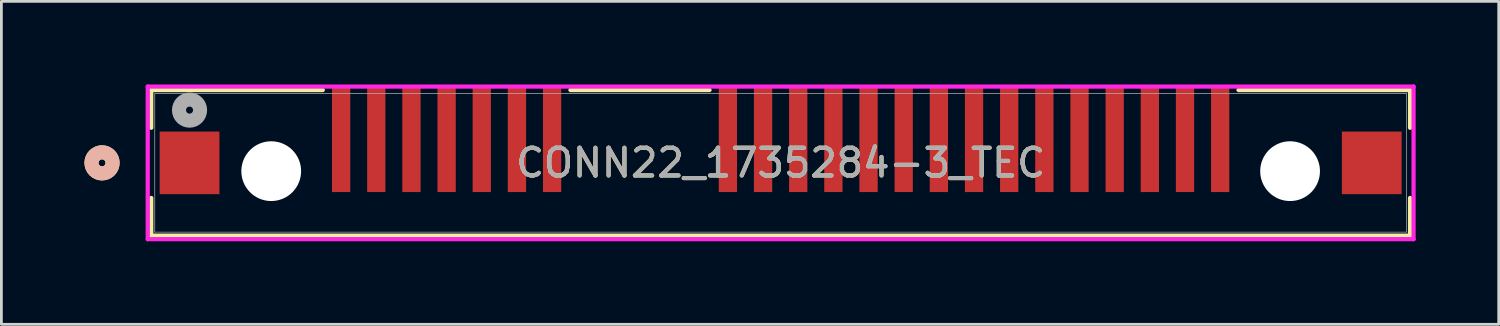
<source format=kicad_pcb>
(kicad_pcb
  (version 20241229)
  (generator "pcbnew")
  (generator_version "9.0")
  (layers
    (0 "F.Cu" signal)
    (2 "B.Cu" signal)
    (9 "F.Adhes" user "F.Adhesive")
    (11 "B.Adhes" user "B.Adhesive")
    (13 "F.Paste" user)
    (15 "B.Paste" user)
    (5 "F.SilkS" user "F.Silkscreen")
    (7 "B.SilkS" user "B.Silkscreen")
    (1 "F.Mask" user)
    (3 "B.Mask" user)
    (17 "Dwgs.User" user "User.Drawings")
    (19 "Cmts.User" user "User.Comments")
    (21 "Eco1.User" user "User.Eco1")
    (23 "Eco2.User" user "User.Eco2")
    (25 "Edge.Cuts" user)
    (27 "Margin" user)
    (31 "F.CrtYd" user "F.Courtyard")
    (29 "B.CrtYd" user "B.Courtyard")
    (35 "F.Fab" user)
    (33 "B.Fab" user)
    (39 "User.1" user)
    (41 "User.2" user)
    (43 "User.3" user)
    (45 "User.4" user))
  (footprint "CONN22_1735284-3_TEC"
    (layer "F.Cu")
    (at 25.146 2.832)
    (property "Reference" "CONN22_1735284-3_TEC" (at 0 0 0) (unlocked yes) (layer "F.SilkS") (effects (font (size 1 1) (thickness 0.15))))
    (attr smd)
    (fp_line (start -22.733 -2.629) (end -22.733 -1.267) (stroke (width 0.152) (type solid)) (layer "F.SilkS"))
    (fp_line (start -22.733 1.267) (end -22.733 2.629) (stroke (width 0.152) (type solid)) (layer "F.SilkS"))
    (fp_line (start -22.733 2.629) (end 22.733 2.629) (stroke (width 0.152) (type solid)) (layer "F.SilkS"))
    (fp_line (start -16.538 -2.629) (end -22.733 -2.629) (stroke (width 0.152) (type solid)) (layer "F.SilkS"))
    (fp_line (start -2.568 -2.629) (end -7.592 -2.629) (stroke (width 0.152) (type solid)) (layer "F.SilkS"))
    (fp_line (start 22.733 -2.629) (end 16.538 -2.629) (stroke (width 0.152) (type solid)) (layer "F.SilkS"))
    (fp_line (start 22.733 -1.267) (end 22.733 -2.629) (stroke (width 0.152) (type solid)) (layer "F.SilkS"))
    (fp_line (start 22.733 2.629) (end 22.733 1.267) (stroke (width 0.152) (type solid)) (layer "F.SilkS"))
    (fp_circle (center -24.511 0) (end -24.13 0) (stroke (width 0.508) (type solid)) (fill no) (layer "F.SilkS"))
    (fp_circle (center -24.511 0) (end -24.13 0) (stroke (width 0.508) (type solid)) (fill no) (layer "B.SilkS"))
    (fp_line (start -22.86 -2.756) (end -22.86 2.756) (stroke (width 0.152) (type solid)) (layer "F.CrtYd"))
    (fp_line (start -22.86 2.756) (end 22.86 2.756) (stroke (width 0.152) (type solid)) (layer "F.CrtYd"))
    (fp_line (start 22.86 -2.756) (end -22.86 -2.756) (stroke (width 0.152) (type solid)) (layer "F.CrtYd"))
    (fp_line (start 22.86 2.756) (end 22.86 -2.756) (stroke (width 0.152) (type solid)) (layer "F.CrtYd"))
    (fp_line (start -22.606 -2.502) (end -22.606 2.502) (stroke (width 0.025) (type solid)) (layer "F.Fab"))
    (fp_line (start -22.606 2.502) (end 22.606 2.502) (stroke (width 0.025) (type solid)) (layer "F.Fab"))
    (fp_line (start 22.606 -2.502) (end -22.606 -2.502) (stroke (width 0.025) (type solid)) (layer "F.Fab"))
    (fp_line (start 22.606 2.502) (end 22.606 -2.502) (stroke (width 0.025) (type solid)) (layer "F.Fab"))
    (fp_circle (center -21.35 -1.905) (end -20.969 -1.905) (stroke (width 0.508) (type solid)) (fill no) (layer "F.Fab"))
    (fp_text user "${REFERENCE}" (at 0 0 0) (unlocked yes) (layer "F.Fab") (effects (font (size 1 1) (thickness 0.15))))
    (pad "" smd rect (at -21.35 0) (size 2.159 2.261) (layers "F.Cu" "F.Mask" "F.Paste"))
    (pad "" np_thru_hole circle (at -18.4 0.3 90) (size 2.159 2.159) (drill 2.159) (layers "*.Cu" "*.Mask"))
    (pad "" np_thru_hole circle (at 18.4 0.3 90) (size 2.159 2.159) (drill 2.159) (layers "*.Cu" "*.Mask"))
    (pad "" smd rect (at 21.35 0) (size 2.159 2.261) (layers "F.Cu" "F.Mask" "F.Paste"))
    (pad "1" smd rect (at -15.875 -0.85 90) (size 3.81 0.66) (layers "F.Cu" "F.Mask" "F.Paste"))
    (pad "2" smd rect (at -14.605 -0.85 90) (size 3.81 0.66) (layers "F.Cu" "F.Mask" "F.Paste"))
    (pad "3" smd rect (at -13.335 -0.85 90) (size 3.81 0.66) (layers "F.Cu" "F.Mask" "F.Paste"))
    (pad "4" smd rect (at -12.065 -0.85 90) (size 3.81 0.66) (layers "F.Cu" "F.Mask" "F.Paste"))
    (pad "5" smd rect (at -10.795 -0.85 90) (size 3.81 0.66) (layers "F.Cu" "F.Mask" "F.Paste"))
    (pad "6" smd rect (at -9.525 -0.85 90) (size 3.81 0.66) (layers "F.Cu" "F.Mask" "F.Paste"))
    (pad "7" smd rect (at -8.255 -0.85 90) (size 3.81 0.66) (layers "F.Cu" "F.Mask" "F.Paste"))
    (pad "8" smd rect (at -1.905 -0.85 90) (size 3.81 0.66) (layers "F.Cu" "F.Mask" "F.Paste"))
    (pad "9" smd rect (at -0.635 -0.85 90) (size 3.81 0.66) (layers "F.Cu" "F.Mask" "F.Paste"))
    (pad "10" smd rect (at 0.635 -0.85 90) (size 3.81 0.66) (layers "F.Cu" "F.Mask" "F.Paste"))
    (pad "11" smd rect (at 1.905 -0.85 90) (size 3.81 0.66) (layers "F.Cu" "F.Mask" "F.Paste"))
    (pad "12" smd rect (at 3.175 -0.85 90) (size 3.81 0.66) (layers "F.Cu" "F.Mask" "F.Paste"))
    (pad "13" smd rect (at 4.445 -0.85 90) (size 3.81 0.66) (layers "F.Cu" "F.Mask" "F.Paste"))
    (pad "14" smd rect (at 5.715 -0.85 90) (size 3.81 0.66) (layers "F.Cu" "F.Mask" "F.Paste"))
    (pad "15" smd rect (at 6.985 -0.85 90) (size 3.81 0.66) (layers "F.Cu" "F.Mask" "F.Paste"))
    (pad "16" smd rect (at 8.255 -0.85 90) (size 3.81 0.66) (layers "F.Cu" "F.Mask" "F.Paste"))
    (pad "17" smd rect (at 9.525 -0.85 90) (size 3.81 0.66) (layers "F.Cu" "F.Mask" "F.Paste"))
    (pad "18" smd rect (at 10.795 -0.85 90) (size 3.81 0.66) (layers "F.Cu" "F.Mask" "F.Paste"))
    (pad "19" smd rect (at 12.065 -0.85 90) (size 3.81 0.66) (layers "F.Cu" "F.Mask" "F.Paste"))
    (pad "20" smd rect (at 13.335 -0.85 90) (size 3.81 0.66) (layers "F.Cu" "F.Mask" "F.Paste"))
    (pad "21" smd rect (at 14.605 -0.85 90) (size 3.81 0.66) (layers "F.Cu" "F.Mask" "F.Paste"))
    (pad "22" smd rect (at 15.875 -0.85 90) (size 3.81 0.66) (layers "F.Cu" "F.Mask" "F.Paste")))
  (gr_rect
    (start -3 -3)
    (end 51.082 8.664)
    (stroke (width 0.1) (type default))
    (fill no)
    (layer "Edge.Cuts")))
</source>
